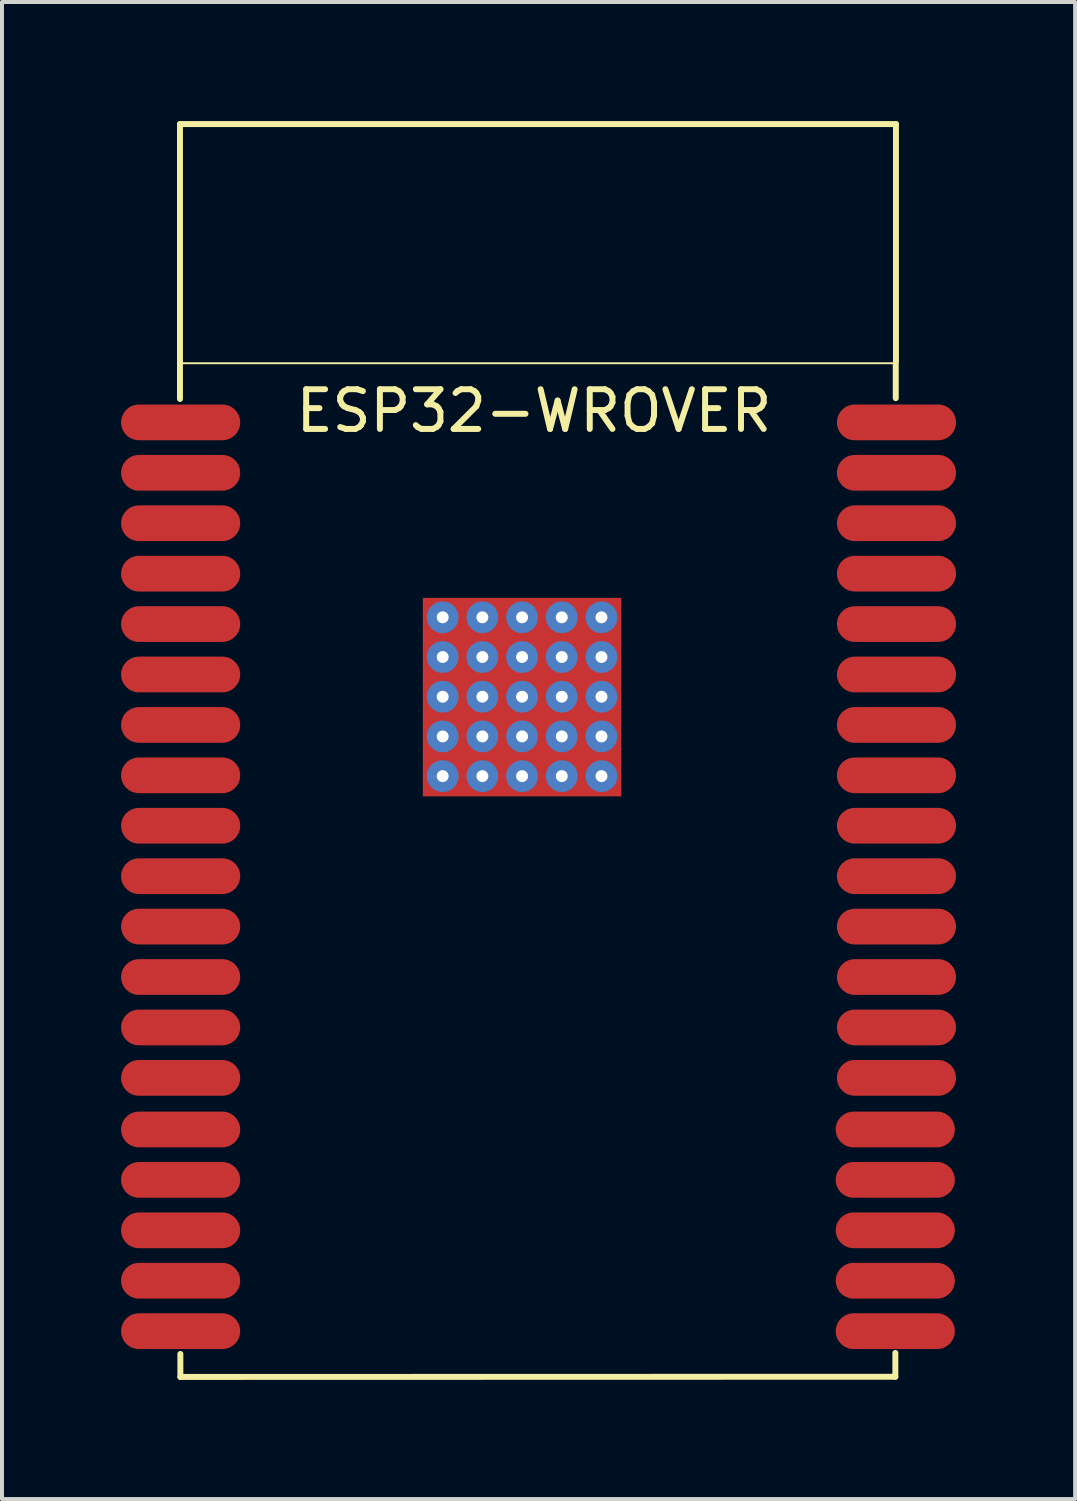
<source format=kicad_pcb>
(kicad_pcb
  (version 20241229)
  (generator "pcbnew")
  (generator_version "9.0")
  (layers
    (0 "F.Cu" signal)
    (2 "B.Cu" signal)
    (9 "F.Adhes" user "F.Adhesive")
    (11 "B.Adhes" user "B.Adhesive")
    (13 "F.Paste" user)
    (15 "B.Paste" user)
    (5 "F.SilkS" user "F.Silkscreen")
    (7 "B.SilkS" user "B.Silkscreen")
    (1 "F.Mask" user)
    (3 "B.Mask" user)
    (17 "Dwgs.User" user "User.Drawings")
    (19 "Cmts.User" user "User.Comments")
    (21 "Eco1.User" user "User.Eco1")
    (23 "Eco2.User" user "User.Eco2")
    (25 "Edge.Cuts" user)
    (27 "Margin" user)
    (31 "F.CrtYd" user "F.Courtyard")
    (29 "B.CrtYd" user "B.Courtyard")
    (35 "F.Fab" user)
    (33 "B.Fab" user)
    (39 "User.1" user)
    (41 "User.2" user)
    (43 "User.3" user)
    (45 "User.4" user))
  (footprint "ESP32-WROVER"
    (layer "F.Cu")
    (at 10.5 6.679)
    (property "Reference" "ESP32-WROVER" (at -0.1 0.62 0) (layer "F.SilkS") (effects (font (size 1 1) (thickness 0.15))))
    (attr smd)
    (fp_line (start -9.017 -0.635) (end -9.017 -6.604) (stroke (width 0.15) (type solid)) (layer "F.SilkS"))
    (fp_line (start -9.017 -0.605) (end -9.017 0.32) (stroke (width 0.15) (type solid)) (layer "F.SilkS"))
    (fp_line (start -9.007 24.953) (end -9.007 24.374) (stroke (width 0.15) (type solid)) (layer "F.SilkS"))
    (fp_line (start -9.007 24.953) (end 9.002 24.948) (stroke (width 0.15) (type solid)) (layer "F.SilkS"))
    (fp_line (start -9 -0.58) (end 9 -0.58) (stroke (width 0.05) (type solid)) (layer "F.SilkS"))
    (fp_line (start 9.002 24.948) (end 9.002 24.348) (stroke (width 0.15) (type solid)) (layer "F.SilkS"))
    (fp_line (start 9.012 -0.594) (end 9.012 0.3) (stroke (width 0.15) (type solid)) (layer "F.SilkS"))
    (fp_line (start 9.017 -6.604) (end -9.017 -6.604) (stroke (width 0.15) (type solid)) (layer "F.SilkS"))
    (fp_line (start 9.017 -0.635) (end 9.017 -6.604) (stroke (width 0.15) (type solid)) (layer "F.SilkS"))
    (pad "1" smd oval (at -9 0.91) (size 3 0.9) (layers "F.Cu" "F.Mask" "F.Paste"))
    (pad "2" smd oval (at -9 2.18) (size 3 0.9) (layers "F.Cu" "F.Mask" "F.Paste"))
    (pad "3" smd oval (at -9 3.45) (size 3 0.9) (layers "F.Cu" "F.Mask" "F.Paste"))
    (pad "4" smd oval (at -9 4.72) (size 3 0.9) (layers "F.Cu" "F.Mask" "F.Paste"))
    (pad "5" smd oval (at -9 5.99) (size 3 0.9) (layers "F.Cu" "F.Mask" "F.Paste"))
    (pad "6" smd oval (at -9 7.26) (size 3 0.9) (layers "F.Cu" "F.Mask" "F.Paste"))
    (pad "7" smd oval (at -9 8.53) (size 3 0.9) (layers "F.Cu" "F.Mask" "F.Paste"))
    (pad "8" smd oval (at -9 9.8) (size 3 0.9) (layers "F.Cu" "F.Mask" "F.Paste"))
    (pad "9" smd oval (at -9 11.07) (size 3 0.9) (layers "F.Cu" "F.Mask" "F.Paste"))
    (pad "10" smd oval (at -9 12.34) (size 3 0.9) (layers "F.Cu" "F.Mask" "F.Paste"))
    (pad "11" smd oval (at -9 13.61) (size 3 0.9) (layers "F.Cu" "F.Mask" "F.Paste"))
    (pad "12" smd oval (at -9 14.88) (size 3 0.9) (layers "F.Cu" "F.Mask" "F.Paste"))
    (pad "13" smd oval (at -9 16.15) (size 3 0.9) (layers "F.Cu" "F.Mask" "F.Paste"))
    (pad "14" smd oval (at -9 17.42) (size 3 0.9) (layers "F.Cu" "F.Mask" "F.Paste"))
    (pad "15" smd oval (at -9 18.72) (size 3 0.9) (layers "F.Cu" "F.Mask" "F.Paste"))
    (pad "16" smd oval (at -9 19.99) (size 3 0.9) (layers "F.Cu" "F.Mask" "F.Paste"))
    (pad "17" smd oval (at -9 21.26) (size 3 0.9) (layers "F.Cu" "F.Mask" "F.Paste"))
    (pad "18" smd oval (at -9 22.53) (size 3 0.9) (layers "F.Cu" "F.Mask" "F.Paste"))
    (pad "19" smd oval (at -9 23.8) (size 3 0.9) (layers "F.Cu" "F.Mask" "F.Paste"))
    (pad "20" smd oval (at 9 23.8) (size 3 0.9) (layers "F.Cu" "F.Mask" "F.Paste"))
    (pad "21" smd oval (at 9 22.53) (size 3 0.9) (layers "F.Cu" "F.Mask" "F.Paste"))
    (pad "22" smd oval (at 9 21.26) (size 3 0.9) (layers "F.Cu" "F.Mask" "F.Paste"))
    (pad "23" smd oval (at 9 19.99) (size 3 0.9) (layers "F.Cu" "F.Mask" "F.Paste"))
    (pad "24" smd oval (at 9 18.72) (size 3 0.9) (layers "F.Cu" "F.Mask" "F.Paste"))
    (pad "25" smd oval (at 9.03 17.42) (size 3 0.9) (layers "F.Cu" "F.Mask" "F.Paste"))
    (pad "26" smd oval (at 9.03 16.15) (size 3 0.9) (layers "F.Cu" "F.Mask" "F.Paste"))
    (pad "27" smd oval (at 9.03 14.88) (size 3 0.9) (layers "F.Cu" "F.Mask" "F.Paste"))
    (pad "28" smd oval (at 9.03 13.61) (size 3 0.9) (layers "F.Cu" "F.Mask" "F.Paste"))
    (pad "29" smd oval (at 9.03 12.34) (size 3 0.9) (layers "F.Cu" "F.Mask" "F.Paste"))
    (pad "30" smd oval (at 9.03 11.07) (size 3 0.9) (layers "F.Cu" "F.Mask" "F.Paste"))
    (pad "31" smd oval (at 9.03 9.8) (size 3 0.9) (layers "F.Cu" "F.Mask" "F.Paste"))
    (pad "32" smd oval (at 9.03 8.53) (size 3 0.9) (layers "F.Cu" "F.Mask" "F.Paste"))
    (pad "33" smd oval (at 9.03 7.26) (size 3 0.9) (layers "F.Cu" "F.Mask" "F.Paste"))
    (pad "34" smd oval (at 9.03 5.99) (size 3 0.9) (layers "F.Cu" "F.Mask" "F.Paste"))
    (pad "35" smd oval (at 9.03 4.72) (size 3 0.9) (layers "F.Cu" "F.Mask" "F.Paste"))
    (pad "36" smd oval (at 9.03 3.45) (size 3 0.9) (layers "F.Cu" "F.Mask" "F.Paste"))
    (pad "37" smd oval (at 9.03 2.18) (size 3 0.9) (layers "F.Cu" "F.Mask" "F.Paste"))
    (pad "38" smd oval (at 9.03 0.91) (size 3 0.9) (layers "F.Cu" "F.Mask" "F.Paste"))
    (pad "39" thru_hole circle (at -2.4 5.82) (size 0.8 0.8) (drill 0.3) (layers "*.Cu" "*.Mask"))
    (pad "39" thru_hole circle (at -2.4 6.82) (size 0.8 0.8) (drill 0.3) (layers "*.Cu" "*.Mask"))
    (pad "39" thru_hole circle (at -2.4 7.82) (size 0.8 0.8) (drill 0.3) (layers "*.Cu" "*.Mask"))
    (pad "39" thru_hole circle (at -2.4 8.82) (size 0.8 0.8) (drill 0.3) (layers "*.Cu" "*.Mask"))
    (pad "39" thru_hole circle (at -2.4 9.82) (size 0.8 0.8) (drill 0.3) (layers "*.Cu" "*.Mask"))
    (pad "39" thru_hole circle (at -1.4 5.82) (size 0.8 0.8) (drill 0.3) (layers "*.Cu" "*.Mask"))
    (pad "39" thru_hole circle (at -1.4 6.82) (size 0.8 0.8) (drill 0.3) (layers "*.Cu" "*.Mask"))
    (pad "39" thru_hole circle (at -1.4 7.82) (size 0.8 0.8) (drill 0.3) (layers "*.Cu" "*.Mask"))
    (pad "39" thru_hole circle (at -1.4 8.82) (size 0.8 0.8) (drill 0.3) (layers "*.Cu" "*.Mask"))
    (pad "39" thru_hole circle (at -1.4 9.82) (size 0.8 0.8) (drill 0.3) (layers "*.Cu" "*.Mask"))
    (pad "39" thru_hole circle (at -0.4 5.82) (size 0.8 0.8) (drill 0.3) (layers "*.Cu" "*.Mask"))
    (pad "39" thru_hole circle (at -0.4 6.82) (size 0.8 0.8) (drill 0.3) (layers "*.Cu" "*.Mask"))
    (pad "39" thru_hole circle (at -0.4 7.82) (size 0.8 0.8) (drill 0.3) (layers "*.Cu" "*.Mask"))
    (pad "39" smd rect (at -0.4 7.83) (size 5 5) (layers "F.Cu" "F.Mask" "F.Paste"))
    (pad "39" thru_hole circle (at -0.4 8.82) (size 0.8 0.8) (drill 0.3) (layers "*.Cu" "*.Mask"))
    (pad "39" thru_hole circle (at -0.4 9.82) (size 0.8 0.8) (drill 0.3) (layers "*.Cu" "*.Mask"))
    (pad "39" thru_hole circle (at 0.6 5.82) (size 0.8 0.8) (drill 0.3) (layers "*.Cu" "*.Mask"))
    (pad "39" thru_hole circle (at 0.6 6.82) (size 0.8 0.8) (drill 0.3) (layers "*.Cu" "*.Mask"))
    (pad "39" thru_hole circle (at 0.6 7.82) (size 0.8 0.8) (drill 0.3) (layers "*.Cu" "*.Mask"))
    (pad "39" thru_hole circle (at 0.6 8.82) (size 0.8 0.8) (drill 0.3) (layers "*.Cu" "*.Mask"))
    (pad "39" thru_hole circle (at 0.6 9.82) (size 0.8 0.8) (drill 0.3) (layers "*.Cu" "*.Mask"))
    (pad "39" thru_hole circle (at 1.6 5.82) (size 0.8 0.8) (drill 0.3) (layers "*.Cu" "*.Mask"))
    (pad "39" thru_hole circle (at 1.6 6.82) (size 0.8 0.8) (drill 0.3) (layers "*.Cu" "*.Mask"))
    (pad "39" thru_hole circle (at 1.6 7.82) (size 0.8 0.8) (drill 0.3) (layers "*.Cu" "*.Mask"))
    (pad "39" thru_hole circle (at 1.6 8.82) (size 0.8 0.8) (drill 0.3) (layers "*.Cu" "*.Mask"))
    (pad "39" thru_hole circle (at 1.6 9.82) (size 0.8 0.8) (drill 0.3) (layers "*.Cu" "*.Mask")))
  (gr_rect
    (start -3 -3)
    (end 24.03 34.707)
    (stroke (width 0.1) (type default))
    (fill no)
    (layer "Edge.Cuts")))
</source>
